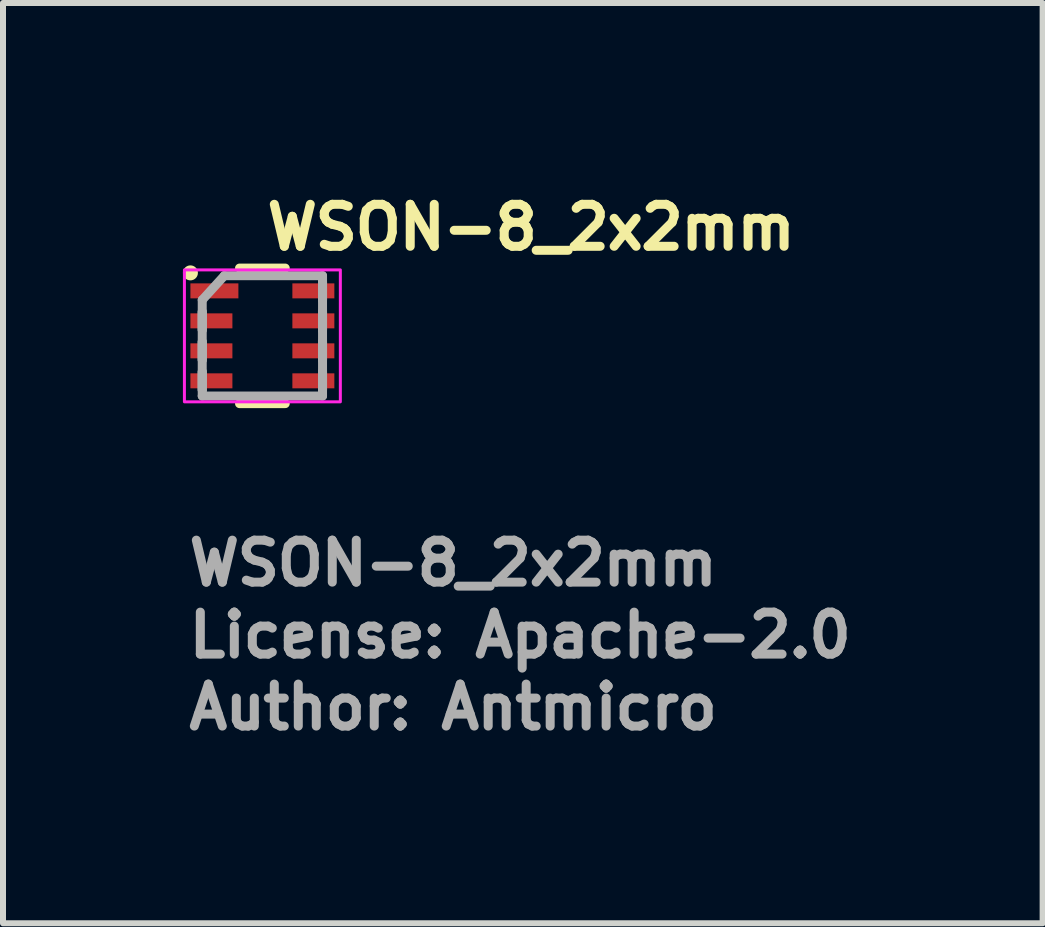
<source format=kicad_pcb>
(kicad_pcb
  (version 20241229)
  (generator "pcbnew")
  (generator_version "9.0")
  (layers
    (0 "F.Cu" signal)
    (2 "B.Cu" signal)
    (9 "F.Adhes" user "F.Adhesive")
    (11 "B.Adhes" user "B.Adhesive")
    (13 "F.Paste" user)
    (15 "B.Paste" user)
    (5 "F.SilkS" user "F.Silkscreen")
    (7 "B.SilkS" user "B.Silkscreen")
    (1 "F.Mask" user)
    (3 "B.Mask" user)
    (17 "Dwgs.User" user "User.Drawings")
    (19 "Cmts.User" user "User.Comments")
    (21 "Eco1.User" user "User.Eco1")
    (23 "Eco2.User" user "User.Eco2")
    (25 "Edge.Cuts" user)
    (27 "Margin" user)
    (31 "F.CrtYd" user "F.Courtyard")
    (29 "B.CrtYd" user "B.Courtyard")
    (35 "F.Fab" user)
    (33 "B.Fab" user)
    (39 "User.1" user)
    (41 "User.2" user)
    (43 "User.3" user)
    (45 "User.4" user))
  (footprint "WSON-8_2x2mm"
    (layer "F.Cu")
    (at 1.325 2.55)
    (property "Reference" "WSON-8_2x2mm" (at 0 -1.4 0) (unlocked yes) (layer "F.SilkS") (effects (font (size 0.7 0.7) (thickness 0.15)) (justify left bottom)))
    (attr smd)
    (fp_line (start -0.381 -1.13) (end 0.381 -1.13) (stroke (width 0.15) (type solid)) (layer "F.SilkS"))
    (fp_line (start -0.381 1.13) (end 0.381 1.13) (stroke (width 0.15) (type solid)) (layer "F.SilkS"))
    (fp_circle (center -1.2 -1.05) (end -1.15 -1.05) (stroke (width 0.15) (type solid)) (fill yes) (layer "F.SilkS"))
    (fp_rect (start -1.3 -1.1) (end 1.3 1.1) (stroke (width 0.05) (type solid)) (fill no) (layer "F.CrtYd"))
    (fp_line (start -1.003 -0.598) (end -1.003 1.003) (stroke (width 0.15) (type solid)) (layer "F.Fab"))
    (fp_line (start -1.003 -0.598) (end -0.635 -1.003) (stroke (width 0.15) (type solid)) (layer "F.Fab"))
    (fp_line (start -1.003 -0.402) (end -1.003 -0.098) (stroke (width 0.15) (type solid)) (layer "F.Fab"))
    (fp_line (start -1.003 -0.402) (end -1.003 -0.098) (stroke (width 0.15) (type solid)) (layer "F.Fab"))
    (fp_line (start -1.003 0.098) (end -1.003 0.402) (stroke (width 0.15) (type solid)) (layer "F.Fab"))
    (fp_line (start -1.003 0.098) (end -1.003 0.402) (stroke (width 0.15) (type solid)) (layer "F.Fab"))
    (fp_line (start -1.003 0.598) (end -1.003 0.902) (stroke (width 0.15) (type solid)) (layer "F.Fab"))
    (fp_line (start -1.003 0.598) (end -1.003 0.902) (stroke (width 0.15) (type solid)) (layer "F.Fab"))
    (fp_line (start -1.003 1.003) (end 1.003 1.003) (stroke (width 0.15) (type solid)) (layer "F.Fab"))
    (fp_line (start -0.635 -1.003) (end 1.003 -1.003) (stroke (width 0.15) (type solid)) (layer "F.Fab"))
    (fp_line (start 1.003 -1.003) (end 1.003 1.003) (stroke (width 0.15) (type solid)) (layer "F.Fab"))
    (fp_line (start 1.003 -0.902) (end 1.003 -0.598) (stroke (width 0.15) (type solid)) (layer "F.Fab"))
    (fp_line (start 1.003 -0.902) (end 1.003 -0.598) (stroke (width 0.15) (type solid)) (layer "F.Fab"))
    (fp_line (start 1.003 -0.402) (end 1.003 -0.098) (stroke (width 0.15) (type solid)) (layer "F.Fab"))
    (fp_line (start 1.003 -0.402) (end 1.003 -0.098) (stroke (width 0.15) (type solid)) (layer "F.Fab"))
    (fp_line (start 1.003 0.098) (end 1.003 0.402) (stroke (width 0.15) (type solid)) (layer "F.Fab"))
    (fp_line (start 1.003 0.098) (end 1.003 0.402) (stroke (width 0.15) (type solid)) (layer "F.Fab"))
    (fp_line (start 1.003 0.598) (end 1.003 0.902) (stroke (width 0.15) (type solid)) (layer "F.Fab"))
    (fp_line (start 1.003 0.598) (end 1.003 0.902) (stroke (width 0.15) (type solid)) (layer "F.Fab"))
    (fp_rect (start -1.003 -1.003) (end 1.003 1.003) (stroke (width 0.1) (type solid)) (fill no) (layer "User.5"))
    (fp_line (start -1.003 -1.003) (end -1.003 1.003) (stroke (width 0.02) (type solid)) (layer "User.9"))
    (fp_line (start -1.003 1.003) (end 1.003 1.003) (stroke (width 0.02) (type solid)) (layer "User.9"))
    (fp_line (start -0.853 -0.758) (end -0.853 -0.755) (stroke (width 0.02) (type solid)) (layer "User.9"))
    (fp_line (start -0.853 -0.755) (end -0.853 -0.753) (stroke (width 0.02) (type solid)) (layer "User.9"))
    (fp_line (start -0.853 -0.753) (end -0.853 -0.75) (stroke (width 0.02) (type solid)) (layer "User.9"))
    (fp_line (start -0.853 -0.75) (end -0.853 -0.75) (stroke (width 0.02) (type solid)) (layer "User.9"))
    (fp_line (start -0.853 -0.75) (end -0.853 -0.747) (stroke (width 0.02) (type solid)) (layer "User.9"))
    (fp_line (start -0.853 -0.747) (end -0.853 -0.745) (stroke (width 0.02) (type solid)) (layer "User.9"))
    (fp_line (start -0.853 -0.745) (end -0.853 -0.742) (stroke (width 0.02) (type solid)) (layer "User.9"))
    (fp_line (start -0.853 -0.742) (end -0.852 -0.74) (stroke (width 0.02) (type solid)) (layer "User.9"))
    (fp_line (start -0.852 -0.763) (end -0.852 -0.76) (stroke (width 0.02) (type solid)) (layer "User.9"))
    (fp_line (start -0.852 -0.76) (end -0.853 -0.758) (stroke (width 0.02) (type solid)) (layer "User.9"))
    (fp_line (start -0.852 -0.74) (end -0.852 -0.737) (stroke (width 0.02) (type solid)) (layer "User.9"))
    (fp_line (start -0.852 -0.737) (end -0.851 -0.735) (stroke (width 0.02) (type solid)) (layer "User.9"))
    (fp_line (start -0.851 -0.765) (end -0.852 -0.763) (stroke (width 0.02) (type solid)) (layer "User.9"))
    (fp_line (start -0.851 -0.735) (end -0.85 -0.733) (stroke (width 0.02) (type solid)) (layer "User.9"))
    (fp_line (start -0.85 -0.767) (end -0.851 -0.765) (stroke (width 0.02) (type solid)) (layer "User.9"))
    (fp_line (start -0.85 -0.733) (end -0.849 -0.73) (stroke (width 0.02) (type solid)) (layer "User.9"))
    (fp_line (start -0.849 -0.77) (end -0.85 -0.767) (stroke (width 0.02) (type solid)) (layer "User.9"))
    (fp_line (start -0.849 -0.73) (end -0.848 -0.728) (stroke (width 0.02) (type solid)) (layer "User.9"))
    (fp_line (start -0.848 -0.772) (end -0.849 -0.77) (stroke (width 0.02) (type solid)) (layer "User.9"))
    (fp_line (start -0.848 -0.728) (end -0.847 -0.726) (stroke (width 0.02) (type solid)) (layer "User.9"))
    (fp_line (start -0.847 -0.774) (end -0.848 -0.772) (stroke (width 0.02) (type solid)) (layer "User.9"))
    (fp_line (start -0.847 -0.726) (end -0.846 -0.724) (stroke (width 0.02) (type solid)) (layer "User.9"))
    (fp_line (start -0.846 -0.776) (end -0.847 -0.774) (stroke (width 0.02) (type solid)) (layer "User.9"))
    (fp_line (start -0.846 -0.724) (end -0.845 -0.722) (stroke (width 0.02) (type solid)) (layer "User.9"))
    (fp_line (start -0.845 -0.778) (end -0.846 -0.776) (stroke (width 0.02) (type solid)) (layer "User.9"))
    (fp_line (start -0.845 -0.722) (end -0.843 -0.72) (stroke (width 0.02) (type solid)) (layer "User.9"))
    (fp_line (start -0.843 -0.78) (end -0.845 -0.778) (stroke (width 0.02) (type solid)) (layer "User.9"))
    (fp_line (start -0.843 -0.72) (end -0.842 -0.718) (stroke (width 0.02) (type solid)) (layer "User.9"))
    (fp_line (start -0.842 -0.782) (end -0.843 -0.78) (stroke (width 0.02) (type solid)) (layer "User.9"))
    (fp_line (start -0.842 -0.718) (end -0.84 -0.716) (stroke (width 0.02) (type solid)) (layer "User.9"))
    (fp_line (start -0.84 -0.784) (end -0.842 -0.782) (stroke (width 0.02) (type solid)) (layer "User.9"))
    (fp_line (start -0.84 -0.716) (end -0.838 -0.715) (stroke (width 0.02) (type solid)) (layer "User.9"))
    (fp_line (start -0.838 -0.785) (end -0.84 -0.784) (stroke (width 0.02) (type solid)) (layer "User.9"))
    (fp_line (start -0.838 -0.715) (end -0.837 -0.713) (stroke (width 0.02) (type solid)) (layer "User.9"))
    (fp_line (start -0.837 -0.787) (end -0.838 -0.785) (stroke (width 0.02) (type solid)) (layer "User.9"))
    (fp_line (start -0.837 -0.713) (end -0.835 -0.711) (stroke (width 0.02) (type solid)) (layer "User.9"))
    (fp_line (start -0.835 -0.789) (end -0.837 -0.787) (stroke (width 0.02) (type solid)) (layer "User.9"))
    (fp_line (start -0.835 -0.711) (end -0.833 -0.71) (stroke (width 0.02) (type solid)) (layer "User.9"))
    (fp_line (start -0.833 -0.79) (end -0.835 -0.789) (stroke (width 0.02) (type solid)) (layer "User.9"))
    (fp_line (start -0.833 -0.71) (end -0.831 -0.708) (stroke (width 0.02) (type solid)) (layer "User.9"))
    (fp_line (start -0.831 -0.792) (end -0.833 -0.79) (stroke (width 0.02) (type solid)) (layer "User.9"))
    (fp_line (start -0.831 -0.708) (end -0.829 -0.707) (stroke (width 0.02) (type solid)) (layer "User.9"))
    (fp_line (start -0.829 -0.793) (end -0.831 -0.792) (stroke (width 0.02) (type solid)) (layer "User.9"))
    (fp_line (start -0.829 -0.707) (end -0.827 -0.706) (stroke (width 0.02) (type solid)) (layer "User.9"))
    (fp_line (start -0.827 -0.794) (end -0.829 -0.793) (stroke (width 0.02) (type solid)) (layer "User.9"))
    (fp_line (start -0.827 -0.706) (end -0.825 -0.705) (stroke (width 0.02) (type solid)) (layer "User.9"))
    (fp_line (start -0.825 -0.795) (end -0.827 -0.794) (stroke (width 0.02) (type solid)) (layer "User.9"))
    (fp_line (start -0.825 -0.705) (end -0.823 -0.704) (stroke (width 0.02) (type solid)) (layer "User.9"))
    (fp_line (start -0.823 -0.796) (end -0.825 -0.795) (stroke (width 0.02) (type solid)) (layer "User.9"))
    (fp_line (start -0.823 -0.704) (end -0.82 -0.703) (stroke (width 0.02) (type solid)) (layer "User.9"))
    (fp_line (start -0.82 -0.797) (end -0.823 -0.796) (stroke (width 0.02) (type solid)) (layer "User.9"))
    (fp_line (start -0.82 -0.703) (end -0.818 -0.702) (stroke (width 0.02) (type solid)) (layer "User.9"))
    (fp_line (start -0.818 -0.798) (end -0.82 -0.797) (stroke (width 0.02) (type solid)) (layer "User.9"))
    (fp_line (start -0.818 -0.702) (end -0.816 -0.701) (stroke (width 0.02) (type solid)) (layer "User.9"))
    (fp_line (start -0.816 -0.799) (end -0.818 -0.798) (stroke (width 0.02) (type solid)) (layer "User.9"))
    (fp_line (start -0.816 -0.701) (end -0.813 -0.701) (stroke (width 0.02) (type solid)) (layer "User.9"))
    (fp_line (start -0.813 -0.799) (end -0.816 -0.799) (stroke (width 0.02) (type solid)) (layer "User.9"))
    (fp_line (start -0.813 -0.701) (end -0.811 -0.7) (stroke (width 0.02) (type solid)) (layer "User.9"))
    (fp_line (start -0.811 -0.8) (end -0.813 -0.799) (stroke (width 0.02) (type solid)) (layer "User.9"))
    (fp_line (start -0.811 -0.7) (end -0.808 -0.7) (stroke (width 0.02) (type solid)) (layer "User.9"))
    (fp_line (start -0.808 -0.8) (end -0.811 -0.8) (stroke (width 0.02) (type solid)) (layer "User.9"))
    (fp_line (start -0.808 -0.7) (end -0.806 -0.7) (stroke (width 0.02) (type solid)) (layer "User.9"))
    (fp_line (start -0.806 -0.8) (end -0.808 -0.8) (stroke (width 0.02) (type solid)) (layer "User.9"))
    (fp_line (start -0.806 -0.7) (end -0.803 -0.7) (stroke (width 0.02) (type solid)) (layer "User.9"))
    (fp_line (start -0.803 -0.8) (end -0.806 -0.8) (stroke (width 0.02) (type solid)) (layer "User.9"))
    (fp_line (start -0.803 -0.8) (end -0.803 -0.8) (stroke (width 0.02) (type solid)) (layer "User.9"))
    (fp_line (start -0.803 -0.7) (end -0.803 -0.7) (stroke (width 0.02) (type solid)) (layer "User.9"))
    (fp_line (start -0.803 -0.7) (end -0.8 -0.7) (stroke (width 0.02) (type solid)) (layer "User.9"))
    (fp_line (start -0.8 -0.8) (end -0.803 -0.8) (stroke (width 0.02) (type solid)) (layer "User.9"))
    (fp_line (start -0.8 -0.7) (end -0.798 -0.7) (stroke (width 0.02) (type solid)) (layer "User.9"))
    (fp_line (start -0.798 -0.8) (end -0.8 -0.8) (stroke (width 0.02) (type solid)) (layer "User.9"))
    (fp_line (start -0.798 -0.7) (end -0.795 -0.7) (stroke (width 0.02) (type solid)) (layer "User.9"))
    (fp_line (start -0.795 -0.8) (end -0.798 -0.8) (stroke (width 0.02) (type solid)) (layer "User.9"))
    (fp_line (start -0.795 -0.7) (end -0.793 -0.701) (stroke (width 0.02) (type solid)) (layer "User.9"))
    (fp_line (start -0.793 -0.799) (end -0.795 -0.8) (stroke (width 0.02) (type solid)) (layer "User.9"))
    (fp_line (start -0.793 -0.701) (end -0.79 -0.701) (stroke (width 0.02) (type solid)) (layer "User.9"))
    (fp_line (start -0.79 -0.799) (end -0.793 -0.799) (stroke (width 0.02) (type solid)) (layer "User.9"))
    (fp_line (start -0.79 -0.701) (end -0.788 -0.702) (stroke (width 0.02) (type solid)) (layer "User.9"))
    (fp_line (start -0.788 -0.798) (end -0.79 -0.799) (stroke (width 0.02) (type solid)) (layer "User.9"))
    (fp_line (start -0.788 -0.702) (end -0.786 -0.703) (stroke (width 0.02) (type solid)) (layer "User.9"))
    (fp_line (start -0.786 -0.797) (end -0.788 -0.798) (stroke (width 0.02) (type solid)) (layer "User.9"))
    (fp_line (start -0.786 -0.703) (end -0.783 -0.704) (stroke (width 0.02) (type solid)) (layer "User.9"))
    (fp_line (start -0.783 -0.796) (end -0.786 -0.797) (stroke (width 0.02) (type solid)) (layer "User.9"))
    (fp_line (start -0.783 -0.704) (end -0.781 -0.705) (stroke (width 0.02) (type solid)) (layer "User.9"))
    (fp_line (start -0.781 -0.795) (end -0.783 -0.796) (stroke (width 0.02) (type solid)) (layer "User.9"))
    (fp_line (start -0.781 -0.705) (end -0.779 -0.706) (stroke (width 0.02) (type solid)) (layer "User.9"))
    (fp_line (start -0.779 -0.794) (end -0.781 -0.795) (stroke (width 0.02) (type solid)) (layer "User.9"))
    (fp_line (start -0.779 -0.706) (end -0.777 -0.707) (stroke (width 0.02) (type solid)) (layer "User.9"))
    (fp_line (start -0.777 -0.793) (end -0.779 -0.794) (stroke (width 0.02) (type solid)) (layer "User.9"))
    (fp_line (start -0.777 -0.707) (end -0.775 -0.708) (stroke (width 0.02) (type solid)) (layer "User.9"))
    (fp_line (start -0.775 -0.792) (end -0.777 -0.793) (stroke (width 0.02) (type solid)) (layer "User.9"))
    (fp_line (start -0.775 -0.708) (end -0.773 -0.71) (stroke (width 0.02) (type solid)) (layer "User.9"))
    (fp_line (start -0.773 -0.79) (end -0.775 -0.792) (stroke (width 0.02) (type solid)) (layer "User.9"))
    (fp_line (start -0.773 -0.71) (end -0.771 -0.711) (stroke (width 0.02) (type solid)) (layer "User.9"))
    (fp_line (start -0.771 -0.789) (end -0.773 -0.79) (stroke (width 0.02) (type solid)) (layer "User.9"))
    (fp_line (start -0.771 -0.711) (end -0.769 -0.713) (stroke (width 0.02) (type solid)) (layer "User.9"))
    (fp_line (start -0.769 -0.787) (end -0.771 -0.789) (stroke (width 0.02) (type solid)) (layer "User.9"))
    (fp_line (start -0.769 -0.713) (end -0.768 -0.715) (stroke (width 0.02) (type solid)) (layer "User.9"))
    (fp_line (start -0.768 -0.785) (end -0.769 -0.787) (stroke (width 0.02) (type solid)) (layer "User.9"))
    (fp_line (start -0.768 -0.715) (end -0.766 -0.716) (stroke (width 0.02) (type solid)) (layer "User.9"))
    (fp_line (start -0.766 -0.784) (end -0.768 -0.785) (stroke (width 0.02) (type solid)) (layer "User.9"))
    (fp_line (start -0.766 -0.716) (end -0.764 -0.718) (stroke (width 0.02) (type solid)) (layer "User.9"))
    (fp_line (start -0.764 -0.782) (end -0.766 -0.784) (stroke (width 0.02) (type solid)) (layer "User.9"))
    (fp_line (start -0.764 -0.718) (end -0.763 -0.72) (stroke (width 0.02) (type solid)) (layer "User.9"))
    (fp_line (start -0.763 -0.78) (end -0.764 -0.782) (stroke (width 0.02) (type solid)) (layer "User.9"))
    (fp_line (start -0.763 -0.72) (end -0.761 -0.722) (stroke (width 0.02) (type solid)) (layer "User.9"))
    (fp_line (start -0.761 -0.778) (end -0.763 -0.78) (stroke (width 0.02) (type solid)) (layer "User.9"))
    (fp_line (start -0.761 -0.722) (end -0.76 -0.724) (stroke (width 0.02) (type solid)) (layer "User.9"))
    (fp_line (start -0.76 -0.776) (end -0.761 -0.778) (stroke (width 0.02) (type solid)) (layer "User.9"))
    (fp_line (start -0.76 -0.724) (end -0.759 -0.726) (stroke (width 0.02) (type solid)) (layer "User.9"))
    (fp_line (start -0.759 -0.774) (end -0.76 -0.776) (stroke (width 0.02) (type solid)) (layer "User.9"))
    (fp_line (start -0.759 -0.726) (end -0.758 -0.728) (stroke (width 0.02) (type solid)) (layer "User.9"))
    (fp_line (start -0.758 -0.772) (end -0.759 -0.774) (stroke (width 0.02) (type solid)) (layer "User.9"))
    (fp_line (start -0.758 -0.728) (end -0.757 -0.73) (stroke (width 0.02) (type solid)) (layer "User.9"))
    (fp_line (start -0.757 -0.77) (end -0.758 -0.772) (stroke (width 0.02) (type solid)) (layer "User.9"))
    (fp_line (start -0.757 -0.73) (end -0.756 -0.733) (stroke (width 0.02) (type solid)) (layer "User.9"))
    (fp_line (start -0.756 -0.767) (end -0.757 -0.77) (stroke (width 0.02) (type solid)) (layer "User.9"))
    (fp_line (start -0.756 -0.733) (end -0.755 -0.735) (stroke (width 0.02) (type solid)) (layer "User.9"))
    (fp_line (start -0.755 -0.765) (end -0.756 -0.767) (stroke (width 0.02) (type solid)) (layer "User.9"))
    (fp_line (start -0.755 -0.735) (end -0.754 -0.737) (stroke (width 0.02) (type solid)) (layer "User.9"))
    (fp_line (start -0.754 -0.763) (end -0.755 -0.765) (stroke (width 0.02) (type solid)) (layer "User.9"))
    (fp_line (start -0.754 -0.76) (end -0.754 -0.763) (stroke (width 0.02) (type solid)) (layer "User.9"))
    (fp_line (start -0.754 -0.74) (end -0.753 -0.742) (stroke (width 0.02) (type solid)) (layer "User.9"))
    (fp_line (start -0.754 -0.737) (end -0.754 -0.74) (stroke (width 0.02) (type solid)) (layer "User.9"))
    (fp_line (start -0.753 -0.758) (end -0.754 -0.76) (stroke (width 0.02) (type solid)) (layer "User.9"))
    (fp_line (start -0.753 -0.755) (end -0.753 -0.758) (stroke (width 0.02) (type solid)) (layer "User.9"))
    (fp_line (start -0.753 -0.753) (end -0.753 -0.755) (stroke (width 0.02) (type solid)) (layer "User.9"))
    (fp_line (start -0.753 -0.75) (end -0.753 -0.753) (stroke (width 0.02) (type solid)) (layer "User.9"))
    (fp_line (start -0.753 -0.75) (end -0.753 -0.75) (stroke (width 0.02) (type solid)) (layer "User.9"))
    (fp_line (start -0.753 -0.75) (end -0.753 -0.75) (stroke (width 0.02) (type solid)) (layer "User.9"))
    (fp_line (start -0.753 -0.747) (end -0.753 -0.75) (stroke (width 0.02) (type solid)) (layer "User.9"))
    (fp_line (start -0.753 -0.745) (end -0.753 -0.747) (stroke (width 0.02) (type solid)) (layer "User.9"))
    (fp_line (start -0.753 -0.742) (end -0.753 -0.745) (stroke (width 0.02) (type solid)) (layer "User.9"))
    (fp_line (start 1.003 -1.003) (end -1.003 -1.003) (stroke (width 0.02) (type solid)) (layer "User.9"))
    (fp_line (start 1.003 1.003) (end 1.003 -1.003) (stroke (width 0.02) (type solid)) (layer "User.9"))
    (fp_line (start 1.003 1.003) (end 1.003 -1.003) (stroke (width 0.02) (type solid)) (layer "User.9"))
    (fp_text user "Author: Antmicro" (at -1.3 6.6 0) (layer "F.Fab") (effects (font (size 0.7 0.7) (thickness 0.15)) (justify left bottom)))
    (fp_text user "License: Apache-2.0" (at -1.3 5.4 0) (layer "F.Fab") (effects (font (size 0.7 0.7) (thickness 0.15)) (justify left bottom)))
    (fp_text user "${REFERENCE}" (at -1.3 4.2 0) (layer "F.Fab") (effects (font (size 0.7 0.7) (thickness 0.15)) (justify left bottom)))
    (pad "1" smd rect (at -0.8 -0.75 270) (size 0.25 0.8) (layers "F.Cu" "F.Mask" "F.Paste"))
    (pad "2" smd rect (at -0.85 -0.25 270) (size 0.25 0.7) (layers "F.Cu" "F.Mask" "F.Paste"))
    (pad "3" smd rect (at -0.85 0.25 270) (size 0.25 0.7) (layers "F.Cu" "F.Mask" "F.Paste"))
    (pad "4" smd rect (at -0.85 0.75 270) (size 0.25 0.7) (layers "F.Cu" "F.Mask" "F.Paste"))
    (pad "5" smd rect (at 0.85 0.75 270) (size 0.25 0.7) (layers "F.Cu" "F.Mask" "F.Paste"))
    (pad "6" smd rect (at 0.85 0.25 270) (size 0.25 0.7) (layers "F.Cu" "F.Mask" "F.Paste"))
    (pad "7" smd rect (at 0.85 -0.25 270) (size 0.25 0.7) (layers "F.Cu" "F.Mask" "F.Paste"))
    (pad "8" smd rect (at 0.85 -0.75 270) (size 0.25 0.7) (layers "F.Cu" "F.Mask" "F.Paste")))
  (gr_rect
    (start -3 -3)
    (end 14.335 12.345)
    (stroke (width 0.1) (type default))
    (fill no)
    (layer "Edge.Cuts")))
</source>
